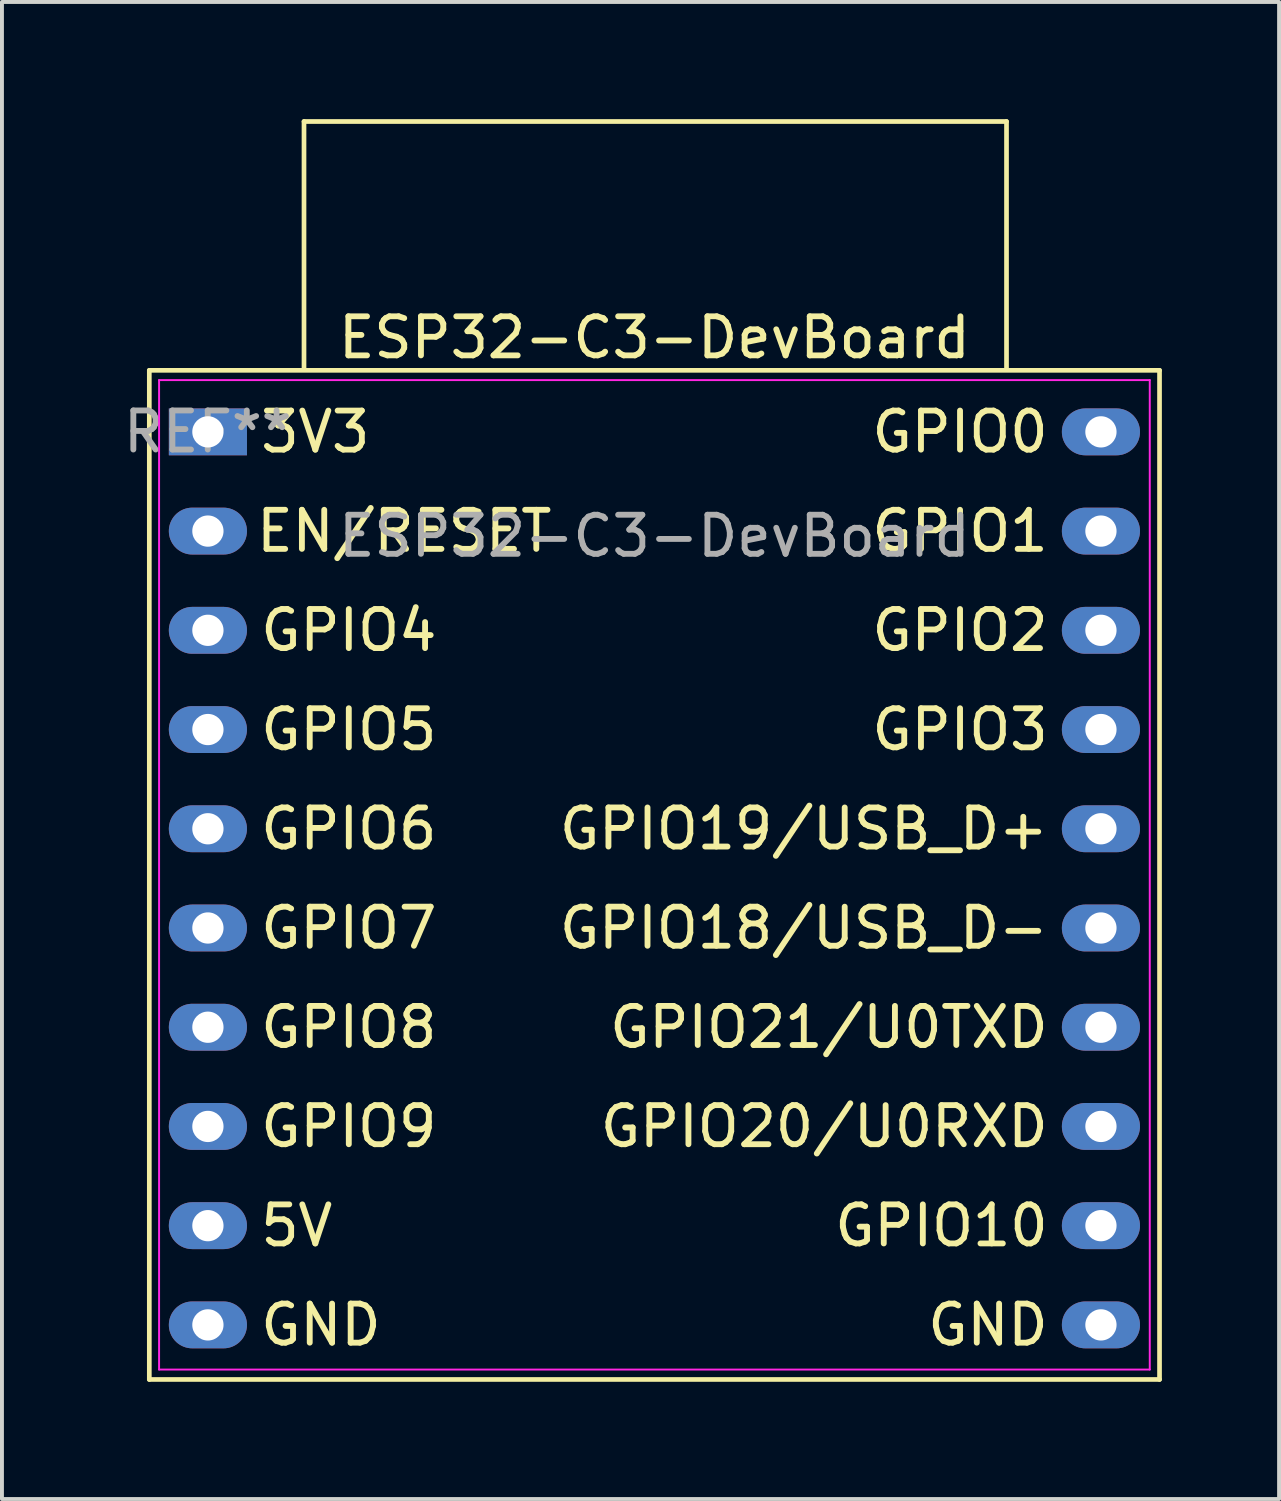
<source format=kicad_pcb>
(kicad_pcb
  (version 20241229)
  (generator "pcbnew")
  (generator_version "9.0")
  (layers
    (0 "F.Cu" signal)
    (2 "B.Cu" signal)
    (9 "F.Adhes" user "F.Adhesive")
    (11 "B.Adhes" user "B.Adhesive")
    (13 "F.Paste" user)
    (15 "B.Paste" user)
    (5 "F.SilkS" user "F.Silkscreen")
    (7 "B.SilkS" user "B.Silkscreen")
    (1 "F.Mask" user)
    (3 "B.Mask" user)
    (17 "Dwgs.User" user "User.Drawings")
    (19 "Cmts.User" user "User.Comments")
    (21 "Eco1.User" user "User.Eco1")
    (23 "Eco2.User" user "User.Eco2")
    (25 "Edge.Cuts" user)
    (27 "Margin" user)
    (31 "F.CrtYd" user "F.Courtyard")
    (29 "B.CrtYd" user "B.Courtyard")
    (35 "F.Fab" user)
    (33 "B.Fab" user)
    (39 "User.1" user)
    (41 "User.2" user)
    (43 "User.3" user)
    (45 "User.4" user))
  (footprint "ESP32-C3-DevBoard"
    (layer "F.Cu")
    (at 2.272 8.132)
    (property "Reference" "ESP32-C3-DevBoard" (at 11.43 -2.54 0) (unlocked yes) (layer "F.SilkS") (effects (font (size 1 1) (thickness 0.15))))
    (attr through_hole)
    (fp_line (start -1.5 -1.702) (end -1.5 24.13) (stroke (width 0.12) (type solid)) (layer "F.SilkS"))
    (fp_line (start -1.5 24.13) (end 24.36 24.13) (stroke (width 0.12) (type solid)) (layer "F.SilkS"))
    (fp_line (start 2.46 -8.072) (end 20.443 -8.072) (stroke (width 0.12) (type solid)) (layer "F.SilkS"))
    (fp_line (start 2.46 -1.722) (end 2.46 -8.072) (stroke (width 0.12) (type solid)) (layer "F.SilkS"))
    (fp_line (start 20.443 -8.072) (end 20.443 -1.722) (stroke (width 0.12) (type solid)) (layer "F.SilkS"))
    (fp_line (start 24.36 24.13) (end 24.36 -1.702) (stroke (width 0.12) (type solid)) (layer "F.SilkS"))
    (fp_line (start 24.36 -1.702) (end -1.5 -1.702) (stroke (width 0.12) (type solid)) (layer "F.SilkS"))
    (fp_line (start -1.25 -1.452) (end 24.11 -1.452) (stroke (width 0.05) (type solid)) (layer "F.CrtYd"))
    (fp_line (start -1.25 23.876) (end -1.25 -1.452) (stroke (width 0.05) (type solid)) (layer "F.CrtYd"))
    (fp_line (start 24.11 -1.452) (end 24.11 23.876) (stroke (width 0.05) (type solid)) (layer "F.CrtYd"))
    (fp_line (start 24.11 23.876) (end -1.25 23.876) (stroke (width 0.05) (type solid)) (layer "F.CrtYd"))
    (fp_text user "GPIO21/U0TXD" (at 21.59 15.113 0) (unlocked yes) (layer "F.SilkS") (effects (font (size 1 1) (thickness 0.15)) (justify right)))
    (fp_text user "GPIO10" (at 21.59 20.193 0) (unlocked yes) (layer "F.SilkS") (effects (font (size 1 1) (thickness 0.15)) (justify right)))
    (fp_text user "GPIO2" (at 21.59 4.953 0) (unlocked yes) (layer "F.SilkS") (effects (font (size 1 1) (thickness 0.15)) (justify right)))
    (fp_text user "GPIO0" (at 21.59 -0.127 0) (unlocked yes) (layer "F.SilkS") (effects (font (size 1 1) (thickness 0.15)) (justify right)))
    (fp_text user "GPIO5" (at 1.27 7.493 0) (unlocked yes) (layer "F.SilkS") (effects (font (size 1 1) (thickness 0.15)) (justify left)))
    (fp_text user "GND" (at 21.59 22.733 0) (unlocked yes) (layer "F.SilkS") (effects (font (size 1 1) (thickness 0.15)) (justify right)))
    (fp_text user "GPIO9" (at 1.27 17.653 0) (unlocked yes) (layer "F.SilkS") (effects (font (size 1 1) (thickness 0.15)) (justify left)))
    (fp_text user "3V3" (at 1.27 -0.127 0) (unlocked yes) (layer "F.SilkS") (effects (font (size 1 1) (thickness 0.15)) (justify left)))
    (fp_text user "GND" (at 1.27 22.733 0) (unlocked yes) (layer "F.SilkS") (effects (font (size 1 1) (thickness 0.15)) (justify left)))
    (fp_text user "GPIO1" (at 21.59 2.413 0) (unlocked yes) (layer "F.SilkS") (effects (font (size 1 1) (thickness 0.15)) (justify right)))
    (fp_text user "EN/RESET" (at 8.886 2.413 0) (unlocked yes) (layer "F.SilkS") (effects (font (size 1 1) (thickness 0.15)) (justify right)))
    (fp_text user "5V" (at 1.27 20.193 0) (unlocked yes) (layer "F.SilkS") (effects (font (size 1 1) (thickness 0.15)) (justify left)))
    (fp_text user "GPIO6" (at 1.27 10.033 0) (unlocked yes) (layer "F.SilkS") (effects (font (size 1 1) (thickness 0.15)) (justify left)))
    (fp_text user "GPIO4" (at 1.27 4.953 0) (unlocked yes) (layer "F.SilkS") (effects (font (size 1 1) (thickness 0.15)) (justify left)))
    (fp_text user "GPIO8" (at 1.27 15.113 0) (unlocked yes) (layer "F.SilkS") (effects (font (size 1 1) (thickness 0.15)) (justify left)))
    (fp_text user "GPIO20/U0RXD" (at 21.59 17.653 0) (unlocked yes) (layer "F.SilkS") (effects (font (size 1 1) (thickness 0.15)) (justify right)))
    (fp_text user "GPIO3" (at 21.59 7.493 0) (unlocked yes) (layer "F.SilkS") (effects (font (size 1 1) (thickness 0.15)) (justify right)))
    (fp_text user "GPIO7" (at 1.27 12.573 0) (unlocked yes) (layer "F.SilkS") (effects (font (size 1 1) (thickness 0.15)) (justify left)))
    (fp_text user "GPIO18/USB_D-" (at 21.59 12.573 0) (unlocked yes) (layer "F.SilkS") (effects (font (size 1 1) (thickness 0.15)) (justify right)))
    (fp_text user "GPIO19/USB_D+" (at 21.59 10.033 0) (unlocked yes) (layer "F.SilkS") (effects (font (size 1 1) (thickness 0.15)) (justify right)))
    (fp_text user "REF**" (at -0.004 -0.13 0) (layer "F.Fab") (effects (font (size 1 1) (thickness 0.15))))
    (fp_text user "${REFERENCE}" (at 11.43 2.54 0) (unlocked yes) (layer "F.Fab") (effects (font (size 1 1) (thickness 0.15))))
    (pad "1" thru_hole rect (at 0 -0.127 270) (size 1.2 2) (drill 0.8) (layers "*.Cu" "*.Mask"))
    (pad "2" thru_hole oval (at 0 2.413 270) (size 1.2 2) (drill 0.8) (layers "*.Cu" "*.Mask"))
    (pad "3" thru_hole oval (at 0 4.953 270) (size 1.2 2) (drill 0.8) (layers "*.Cu" "*.Mask"))
    (pad "4" thru_hole oval (at 0 7.493 270) (size 1.2 2) (drill 0.8) (layers "*.Cu" "*.Mask"))
    (pad "5" thru_hole oval (at 0 10.033 270) (size 1.2 2) (drill 0.8) (layers "*.Cu" "*.Mask"))
    (pad "6" thru_hole oval (at 0 12.573 270) (size 1.2 2) (drill 0.8) (layers "*.Cu" "*.Mask"))
    (pad "7" thru_hole oval (at 0 15.113 270) (size 1.2 2) (drill 0.8) (layers "*.Cu" "*.Mask"))
    (pad "8" thru_hole oval (at 0 17.653 270) (size 1.2 2) (drill 0.8) (layers "*.Cu" "*.Mask"))
    (pad "9" thru_hole oval (at 0 20.193 270) (size 1.2 2) (drill 0.8) (layers "*.Cu" "*.Mask"))
    (pad "10" thru_hole oval (at 0 22.733 270) (size 1.2 2) (drill 0.8) (layers "*.Cu" "*.Mask"))
    (pad "11" thru_hole oval (at 22.86 22.733 270) (size 1.2 2) (drill 0.8) (layers "*.Cu" "*.Mask"))
    (pad "12" thru_hole oval (at 22.86 20.193 270) (size 1.2 2) (drill 0.8) (layers "*.Cu" "*.Mask"))
    (pad "13" thru_hole oval (at 22.86 17.653 270) (size 1.2 2) (drill 0.8) (layers "*.Cu" "*.Mask"))
    (pad "14" thru_hole oval (at 22.86 15.113 270) (size 1.2 2) (drill 0.8) (layers "*.Cu" "*.Mask"))
    (pad "15" thru_hole oval (at 22.86 12.573 270) (size 1.2 2) (drill 0.8) (layers "*.Cu" "*.Mask"))
    (pad "16" thru_hole oval (at 22.86 10.033 270) (size 1.2 2) (drill 0.8) (layers "*.Cu" "*.Mask"))
    (pad "17" thru_hole oval (at 22.86 7.493 270) (size 1.2 2) (drill 0.8) (layers "*.Cu" "*.Mask"))
    (pad "18" thru_hole oval (at 22.86 4.953 270) (size 1.2 2) (drill 0.8) (layers "*.Cu" "*.Mask"))
    (pad "19" thru_hole oval (at 22.86 2.413 270) (size 1.2 2) (drill 0.8) (layers "*.Cu" "*.Mask"))
    (pad "20" thru_hole oval (at 22.86 -0.127 270) (size 1.2 2) (drill 0.8) (layers "*.Cu" "*.Mask")))
  (gr_rect
    (start -3 -3)
    (end 29.692 35.322)
    (stroke (width 0.1) (type default))
    (fill no)
    (layer "Edge.Cuts")))
</source>
